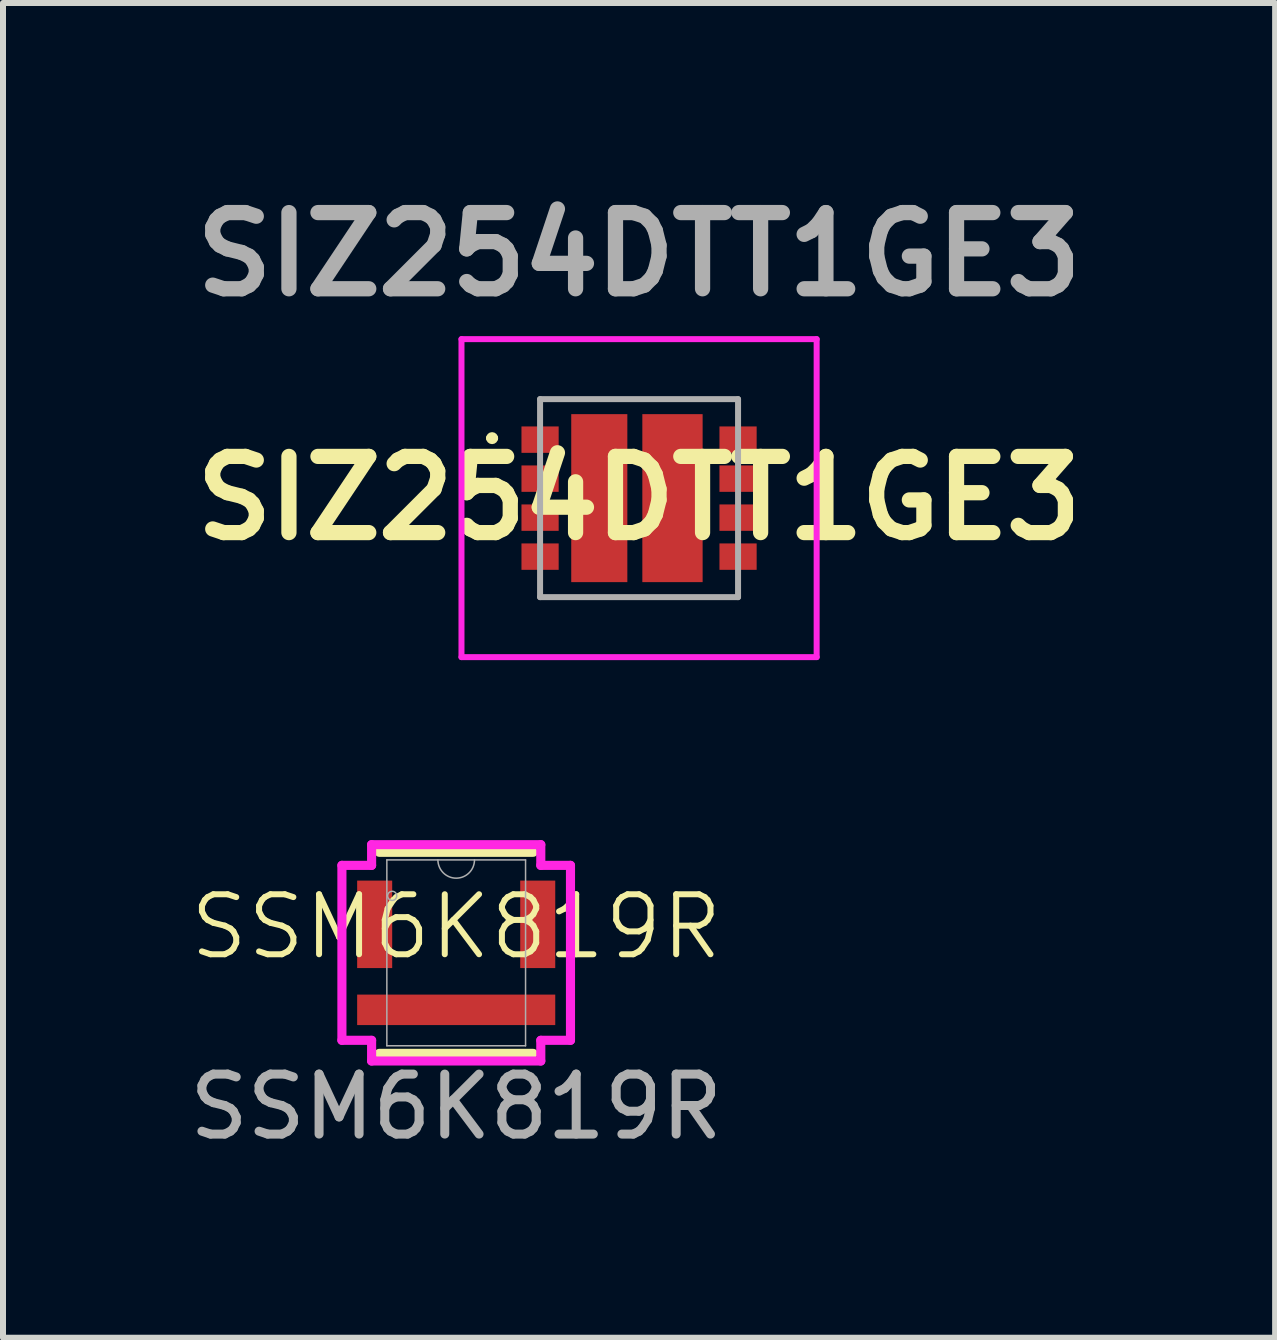
<source format=kicad_pcb>
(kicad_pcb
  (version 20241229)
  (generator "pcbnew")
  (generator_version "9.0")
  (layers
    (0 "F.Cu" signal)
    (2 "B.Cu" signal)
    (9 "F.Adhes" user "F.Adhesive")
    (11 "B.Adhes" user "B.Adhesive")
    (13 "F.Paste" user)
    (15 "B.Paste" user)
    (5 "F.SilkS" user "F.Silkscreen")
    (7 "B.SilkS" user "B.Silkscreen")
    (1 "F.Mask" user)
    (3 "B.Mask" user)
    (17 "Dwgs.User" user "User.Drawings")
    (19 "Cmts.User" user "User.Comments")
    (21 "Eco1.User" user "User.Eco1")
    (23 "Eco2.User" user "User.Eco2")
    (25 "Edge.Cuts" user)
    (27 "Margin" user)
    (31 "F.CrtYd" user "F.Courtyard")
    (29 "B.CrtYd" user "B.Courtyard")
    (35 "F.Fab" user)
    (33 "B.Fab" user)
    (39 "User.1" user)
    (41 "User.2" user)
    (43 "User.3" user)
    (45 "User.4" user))
  (footprint "SIZ254DTT1GE3"
    (layer "F.Cu")
    (at 7.602 5.253)
    (property "Reference" "SIZ254DTT1GE3" (at 0 0 0) (layer "F.SilkS") (effects (font (size 1.27 1.27) (thickness 0.254))))
    (attr smd)
    (fp_line (start -2.5 -1) (end -2.5 -1) (stroke (width 0.1) (type solid)) (layer "F.SilkS"))
    (fp_line (start -2.4 -1) (end -2.4 -1) (stroke (width 0.1) (type solid)) (layer "F.SilkS"))
    (fp_arc (start -2.5 -1) (mid -2.45 -1.05) (end -2.4 -1) (stroke (width 0.1) (type solid)) (layer "F.SilkS"))
    (fp_arc (start -2.4 -1) (mid -2.45 -0.95) (end -2.5 -1) (stroke (width 0.1) (type solid)) (layer "F.SilkS"))
    (fp_line (start -2.96 -2.65) (end 2.96 -2.65) (stroke (width 0.1) (type solid)) (layer "F.CrtYd"))
    (fp_line (start -2.96 2.65) (end -2.96 -2.65) (stroke (width 0.1) (type solid)) (layer "F.CrtYd"))
    (fp_line (start 2.96 -2.65) (end 2.96 2.65) (stroke (width 0.1) (type solid)) (layer "F.CrtYd"))
    (fp_line (start 2.96 2.65) (end -2.96 2.65) (stroke (width 0.1) (type solid)) (layer "F.CrtYd"))
    (fp_line (start -1.65 -1.65) (end 1.65 -1.65) (stroke (width 0.1) (type solid)) (layer "F.Fab"))
    (fp_line (start -1.65 1.65) (end -1.65 -1.65) (stroke (width 0.1) (type solid)) (layer "F.Fab"))
    (fp_line (start 1.65 -1.65) (end 1.65 1.65) (stroke (width 0.1) (type solid)) (layer "F.Fab"))
    (fp_line (start 1.65 1.65) (end -1.65 1.65) (stroke (width 0.1) (type solid)) (layer "F.Fab"))
    (fp_text user "${REFERENCE}" (at 0 -4.064 0) (layer "F.Fab") (effects (font (size 1.27 1.27) (thickness 0.254))))
    (pad "1" smd rect (at -1.65 -0.975 90) (size 0.44 0.62) (layers "F.Cu" "F.Mask" "F.Paste"))
    (pad "2" smd rect (at -1.65 -0.325 90) (size 0.44 0.62) (layers "F.Cu" "F.Mask" "F.Paste"))
    (pad "3" smd rect (at -1.65 0.325 90) (size 0.44 0.62) (layers "F.Cu" "F.Mask" "F.Paste"))
    (pad "4" smd rect (at -1.65 0.975 90) (size 0.44 0.62) (layers "F.Cu" "F.Mask" "F.Paste"))
    (pad "5" smd rect (at 1.65 0.975 90) (size 0.44 0.62) (layers "F.Cu" "F.Mask" "F.Paste"))
    (pad "6" smd rect (at 1.65 0.325 90) (size 0.44 0.62) (layers "F.Cu" "F.Mask" "F.Paste"))
    (pad "7" smd rect (at 1.65 -0.325 90) (size 0.44 0.62) (layers "F.Cu" "F.Mask" "F.Paste"))
    (pad "8" smd rect (at 1.65 -0.975 90) (size 0.44 0.62) (layers "F.Cu" "F.Mask" "F.Paste"))
    (pad "9" smd rect (at -0.663 0) (size 0.935 2.8) (layers "F.Cu" "F.Mask" "F.Paste"))
    (pad "10" smd rect (at 0.557 0) (size 1.005 2.8) (layers "F.Cu" "F.Mask" "F.Paste")))
  (footprint "SSM6K819R"
    (layer "F.Cu")
    (at 4.554 12.898)
    (property "Reference" "SSM6K819R" (at 0 -0.5 0) (unlocked yes) (layer "F.SilkS") (effects (font (size 1 1) (thickness 0.1))))
    (attr smd)
    (fp_line (start -1.283 1.61) (end 1.283 1.61) (stroke (width 0.152) (type solid)) (layer "F.SilkS"))
    (fp_line (start 1.283 -1.742) (end -1.283 -1.742) (stroke (width 0.152) (type solid)) (layer "F.SilkS"))
    (fp_line (start -1.905 -1.524) (end -1.41 -1.524) (stroke (width 0.152) (type solid)) (layer "F.CrtYd"))
    (fp_line (start -1.905 1.392) (end -1.905 -1.524) (stroke (width 0.152) (type solid)) (layer "F.CrtYd"))
    (fp_line (start -1.41 -1.869) (end 1.41 -1.869) (stroke (width 0.152) (type solid)) (layer "F.CrtYd"))
    (fp_line (start -1.41 -1.524) (end -1.41 -1.869) (stroke (width 0.152) (type solid)) (layer "F.CrtYd"))
    (fp_line (start -1.41 1.392) (end -1.905 1.392) (stroke (width 0.152) (type solid)) (layer "F.CrtYd"))
    (fp_line (start -1.41 1.737) (end -1.41 1.392) (stroke (width 0.152) (type solid)) (layer "F.CrtYd"))
    (fp_line (start 1.41 -1.869) (end 1.41 -1.524) (stroke (width 0.152) (type solid)) (layer "F.CrtYd"))
    (fp_line (start 1.41 -1.524) (end 1.905 -1.524) (stroke (width 0.152) (type solid)) (layer "F.CrtYd"))
    (fp_line (start 1.41 1.392) (end 1.41 1.737) (stroke (width 0.152) (type solid)) (layer "F.CrtYd"))
    (fp_line (start 1.41 1.737) (end -1.41 1.737) (stroke (width 0.152) (type solid)) (layer "F.CrtYd"))
    (fp_line (start 1.905 -1.524) (end 1.905 1.392) (stroke (width 0.152) (type solid)) (layer "F.CrtYd"))
    (fp_line (start 1.905 1.392) (end 1.41 1.392) (stroke (width 0.152) (type solid)) (layer "F.CrtYd"))
    (fp_line (start -1.156 -1.615) (end -1.156 1.483) (stroke (width 0.025) (type solid)) (layer "F.Fab"))
    (fp_line (start -1.156 1.483) (end 1.156 1.483) (stroke (width 0.025) (type solid)) (layer "F.Fab"))
    (fp_line (start 1.156 -1.615) (end -1.156 -1.615) (stroke (width 0.025) (type solid)) (layer "F.Fab"))
    (fp_line (start 1.156 1.483) (end 1.156 -1.615) (stroke (width 0.025) (type solid)) (layer "F.Fab"))
    (fp_arc (start 0.3048 -1.6154) (mid 0 -1.3106) (end -0.3048 -1.6154) (stroke (width 0.0254) (type solid)) (layer "F.Fab"))
    (fp_circle (center -1.067 -1.016) (end -0.991 -1.016) (stroke (width 0.025) (type solid)) (fill no) (layer "F.Fab"))
    (fp_text user "${REFERENCE}" (at 0 2.5 0) (unlocked yes) (layer "F.Fab") (effects (font (size 1 1) (thickness 0.15))))
    (pad "1" smd rect (at 1.359 -0.541) (size 0.584 1.458) (layers "F.Cu" "F.Mask" "F.Paste"))
    (pad "2" smd rect (at 0 0.884) (size 3.302 0.508) (layers "F.Cu" "F.Mask" "F.Paste"))
    (pad "3" smd rect (at -1.359 -0.541) (size 0.584 1.458) (layers "F.Cu" "F.Mask" "F.Paste")))
  (gr_rect
    (start -3 -3)
    (end 18.204 19.247)
    (stroke (width 0.1) (type default))
    (fill no)
    (layer "Edge.Cuts")))
</source>
